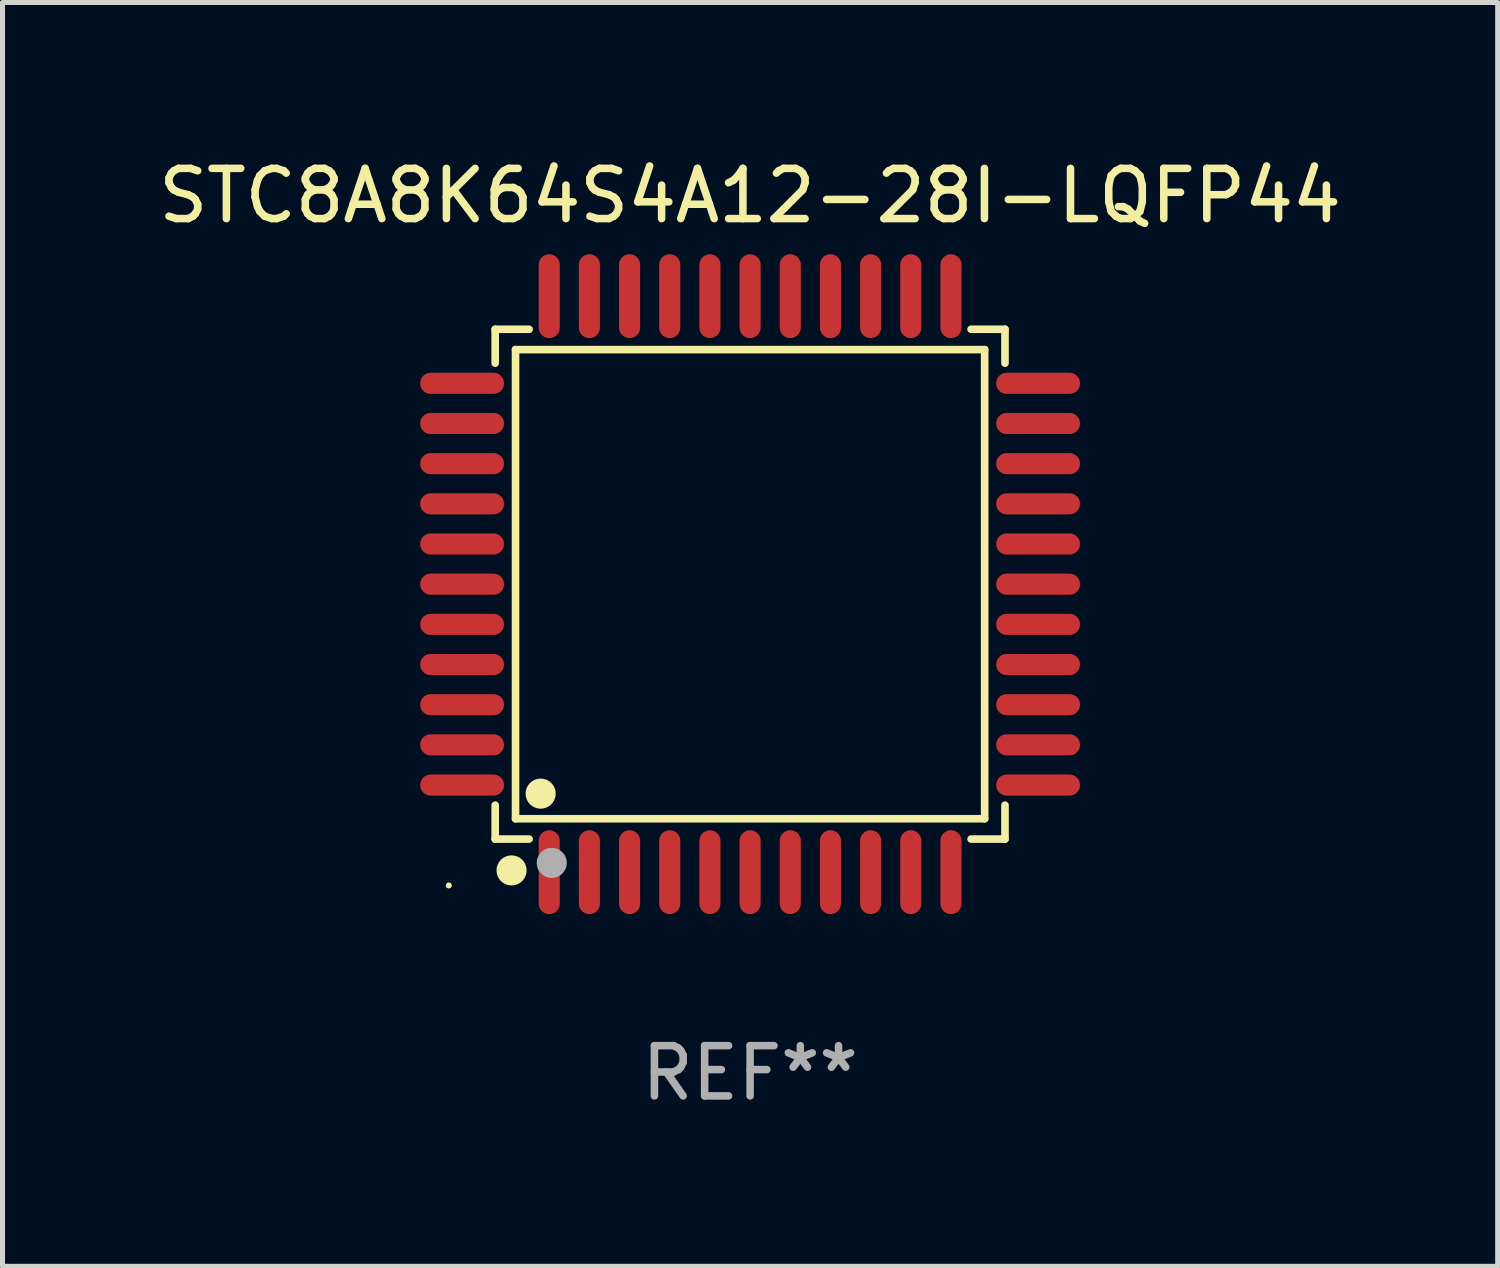
<source format=kicad_pcb>
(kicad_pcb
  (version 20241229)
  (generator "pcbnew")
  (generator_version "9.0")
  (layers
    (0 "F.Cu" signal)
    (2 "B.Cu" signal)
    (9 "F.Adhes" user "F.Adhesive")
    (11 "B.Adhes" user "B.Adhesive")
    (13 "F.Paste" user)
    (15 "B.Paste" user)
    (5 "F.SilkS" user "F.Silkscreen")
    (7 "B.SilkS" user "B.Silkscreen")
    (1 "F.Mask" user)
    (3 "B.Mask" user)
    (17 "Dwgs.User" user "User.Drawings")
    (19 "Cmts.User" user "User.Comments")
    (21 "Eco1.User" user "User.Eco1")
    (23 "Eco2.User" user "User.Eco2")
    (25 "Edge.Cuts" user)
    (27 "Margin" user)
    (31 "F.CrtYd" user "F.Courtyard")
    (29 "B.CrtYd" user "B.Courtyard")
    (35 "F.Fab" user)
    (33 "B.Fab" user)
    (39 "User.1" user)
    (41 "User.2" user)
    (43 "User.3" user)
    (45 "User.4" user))
  (footprint "STC8A8K64S4A12-28I-LQFP44"
    (layer "F.Cu")
    (at 11.887 8.583)
    (property "Reference" "STC8A8K64S4A12-28I-LQFP44" (at 0 -7.735 0) (layer "F.SilkS") (effects (font (size 1 1) (thickness 0.15))))
    (attr through_hole)
    (fp_line (start -5.076 -5.076) (end -4.401 -5.076) (stroke (width 0.152) (type solid)) (layer "F.SilkS"))
    (fp_line (start -5.076 -4.401) (end -5.076 -5.076) (stroke (width 0.152) (type solid)) (layer "F.SilkS"))
    (fp_line (start -5.076 4.401) (end -5.076 5.076) (stroke (width 0.152) (type solid)) (layer "F.SilkS"))
    (fp_line (start -5.076 5.076) (end -4.401 5.076) (stroke (width 0.152) (type solid)) (layer "F.SilkS"))
    (fp_line (start -4.671 -4.671) (end 4.671 -4.671) (stroke (width 0.152) (type solid)) (layer "F.SilkS"))
    (fp_line (start -4.671 4.671) (end -4.671 -4.671) (stroke (width 0.152) (type solid)) (layer "F.SilkS"))
    (fp_line (start 4.671 -4.671) (end 4.671 4.671) (stroke (width 0.152) (type solid)) (layer "F.SilkS"))
    (fp_line (start 4.671 4.671) (end -4.671 4.671) (stroke (width 0.152) (type solid)) (layer "F.SilkS"))
    (fp_line (start 5.076 -5.076) (end 4.401 -5.076) (stroke (width 0.152) (type solid)) (layer "F.SilkS"))
    (fp_line (start 5.076 -4.401) (end 5.076 -5.076) (stroke (width 0.152) (type solid)) (layer "F.SilkS"))
    (fp_line (start 5.076 4.401) (end 5.076 5.076) (stroke (width 0.152) (type solid)) (layer "F.SilkS"))
    (fp_line (start 5.076 5.076) (end 4.401 5.076) (stroke (width 0.152) (type solid)) (layer "F.SilkS"))
    (fp_circle (center -6 6) (end -5.97 6) (stroke (width 0.06) (type solid)) (fill no) (layer "F.SilkS"))
    (fp_circle (center -4.75 5.7) (end -4.6 5.7) (stroke (width 0.3) (type solid)) (fill no) (layer "F.SilkS"))
    (fp_circle (center -4.171 4.171) (end -4.021 4.171) (stroke (width 0.3) (type solid)) (fill no) (layer "F.SilkS"))
    (fp_circle (center -3.95 5.55) (end -3.8 5.55) (stroke (width 0.3) (type solid)) (fill no) (layer "F.Fab"))
    (fp_text user "REF**" (at 0 9.735 0) (layer "F.Fab") (effects (font (size 1 1) (thickness 0.15))))
    (pad "1" smd oval (at -4 5.735) (size 0.42 1.67) (layers "F.Cu" "F.Mask" "F.Paste"))
    (pad "2" smd oval (at -3.2 5.735) (size 0.42 1.67) (layers "F.Cu" "F.Mask" "F.Paste"))
    (pad "3" smd oval (at -2.4 5.735) (size 0.42 1.67) (layers "F.Cu" "F.Mask" "F.Paste"))
    (pad "4" smd oval (at -1.6 5.735) (size 0.42 1.67) (layers "F.Cu" "F.Mask" "F.Paste"))
    (pad "5" smd oval (at -0.8 5.735) (size 0.42 1.67) (layers "F.Cu" "F.Mask" "F.Paste"))
    (pad "6" smd oval (at 0 5.735) (size 0.42 1.67) (layers "F.Cu" "F.Mask" "F.Paste"))
    (pad "7" smd oval (at 0.8 5.735) (size 0.42 1.67) (layers "F.Cu" "F.Mask" "F.Paste"))
    (pad "8" smd oval (at 1.6 5.735) (size 0.42 1.67) (layers "F.Cu" "F.Mask" "F.Paste"))
    (pad "9" smd oval (at 2.4 5.735) (size 0.42 1.67) (layers "F.Cu" "F.Mask" "F.Paste"))
    (pad "10" smd oval (at 3.2 5.735) (size 0.42 1.67) (layers "F.Cu" "F.Mask" "F.Paste"))
    (pad "11" smd oval (at 4 5.735) (size 0.42 1.67) (layers "F.Cu" "F.Mask" "F.Paste"))
    (pad "12" smd oval (at 5.735 4) (size 1.67 0.42) (layers "F.Cu" "F.Mask" "F.Paste"))
    (pad "13" smd oval (at 5.735 3.2) (size 1.67 0.42) (layers "F.Cu" "F.Mask" "F.Paste"))
    (pad "14" smd oval (at 5.735 2.4) (size 1.67 0.42) (layers "F.Cu" "F.Mask" "F.Paste"))
    (pad "15" smd oval (at 5.735 1.6) (size 1.67 0.42) (layers "F.Cu" "F.Mask" "F.Paste"))
    (pad "16" smd oval (at 5.735 0.8) (size 1.67 0.42) (layers "F.Cu" "F.Mask" "F.Paste"))
    (pad "17" smd oval (at 5.735 0) (size 1.67 0.42) (layers "F.Cu" "F.Mask" "F.Paste"))
    (pad "18" smd oval (at 5.735 -0.8) (size 1.67 0.42) (layers "F.Cu" "F.Mask" "F.Paste"))
    (pad "19" smd oval (at 5.735 -1.6) (size 1.67 0.42) (layers "F.Cu" "F.Mask" "F.Paste"))
    (pad "20" smd oval (at 5.735 -2.4) (size 1.67 0.42) (layers "F.Cu" "F.Mask" "F.Paste"))
    (pad "21" smd oval (at 5.735 -3.2) (size 1.67 0.42) (layers "F.Cu" "F.Mask" "F.Paste"))
    (pad "22" smd oval (at 5.735 -4) (size 1.67 0.42) (layers "F.Cu" "F.Mask" "F.Paste"))
    (pad "23" smd oval (at 4 -5.735) (size 0.42 1.67) (layers "F.Cu" "F.Mask" "F.Paste"))
    (pad "24" smd oval (at 3.2 -5.735) (size 0.42 1.67) (layers "F.Cu" "F.Mask" "F.Paste"))
    (pad "25" smd oval (at 2.4 -5.735) (size 0.42 1.67) (layers "F.Cu" "F.Mask" "F.Paste"))
    (pad "26" smd oval (at 1.6 -5.735) (size 0.42 1.67) (layers "F.Cu" "F.Mask" "F.Paste"))
    (pad "27" smd oval (at 0.8 -5.735) (size 0.42 1.67) (layers "F.Cu" "F.Mask" "F.Paste"))
    (pad "28" smd oval (at 0 -5.735) (size 0.42 1.67) (layers "F.Cu" "F.Mask" "F.Paste"))
    (pad "29" smd oval (at -0.8 -5.735) (size 0.42 1.67) (layers "F.Cu" "F.Mask" "F.Paste"))
    (pad "30" smd oval (at -1.6 -5.735) (size 0.42 1.67) (layers "F.Cu" "F.Mask" "F.Paste"))
    (pad "31" smd oval (at -2.4 -5.735) (size 0.42 1.67) (layers "F.Cu" "F.Mask" "F.Paste"))
    (pad "32" smd oval (at -3.2 -5.735) (size 0.42 1.67) (layers "F.Cu" "F.Mask" "F.Paste"))
    (pad "33" smd oval (at -4 -5.735) (size 0.42 1.67) (layers "F.Cu" "F.Mask" "F.Paste"))
    (pad "34" smd oval (at -5.735 -4) (size 1.67 0.42) (layers "F.Cu" "F.Mask" "F.Paste"))
    (pad "35" smd oval (at -5.735 -3.2) (size 1.67 0.42) (layers "F.Cu" "F.Mask" "F.Paste"))
    (pad "36" smd oval (at -5.735 -2.4) (size 1.67 0.42) (layers "F.Cu" "F.Mask" "F.Paste"))
    (pad "37" smd oval (at -5.735 -1.6) (size 1.67 0.42) (layers "F.Cu" "F.Mask" "F.Paste"))
    (pad "38" smd oval (at -5.735 -0.8) (size 1.67 0.42) (layers "F.Cu" "F.Mask" "F.Paste"))
    (pad "39" smd oval (at -5.735 0) (size 1.67 0.42) (layers "F.Cu" "F.Mask" "F.Paste"))
    (pad "40" smd oval (at -5.735 0.8) (size 1.67 0.42) (layers "F.Cu" "F.Mask" "F.Paste"))
    (pad "41" smd oval (at -5.735 1.6) (size 1.67 0.42) (layers "F.Cu" "F.Mask" "F.Paste"))
    (pad "42" smd oval (at -5.735 2.4) (size 1.67 0.42) (layers "F.Cu" "F.Mask" "F.Paste"))
    (pad "43" smd oval (at -5.735 3.2) (size 1.67 0.42) (layers "F.Cu" "F.Mask" "F.Paste"))
    (pad "44" smd oval (at -5.735 4) (size 1.67 0.42) (layers "F.Cu" "F.Mask" "F.Paste")))
  (gr_rect
    (start -3 -3)
    (end 26.774 22.167)
    (stroke (width 0.1) (type default))
    (fill no)
    (layer "Edge.Cuts")))
</source>
